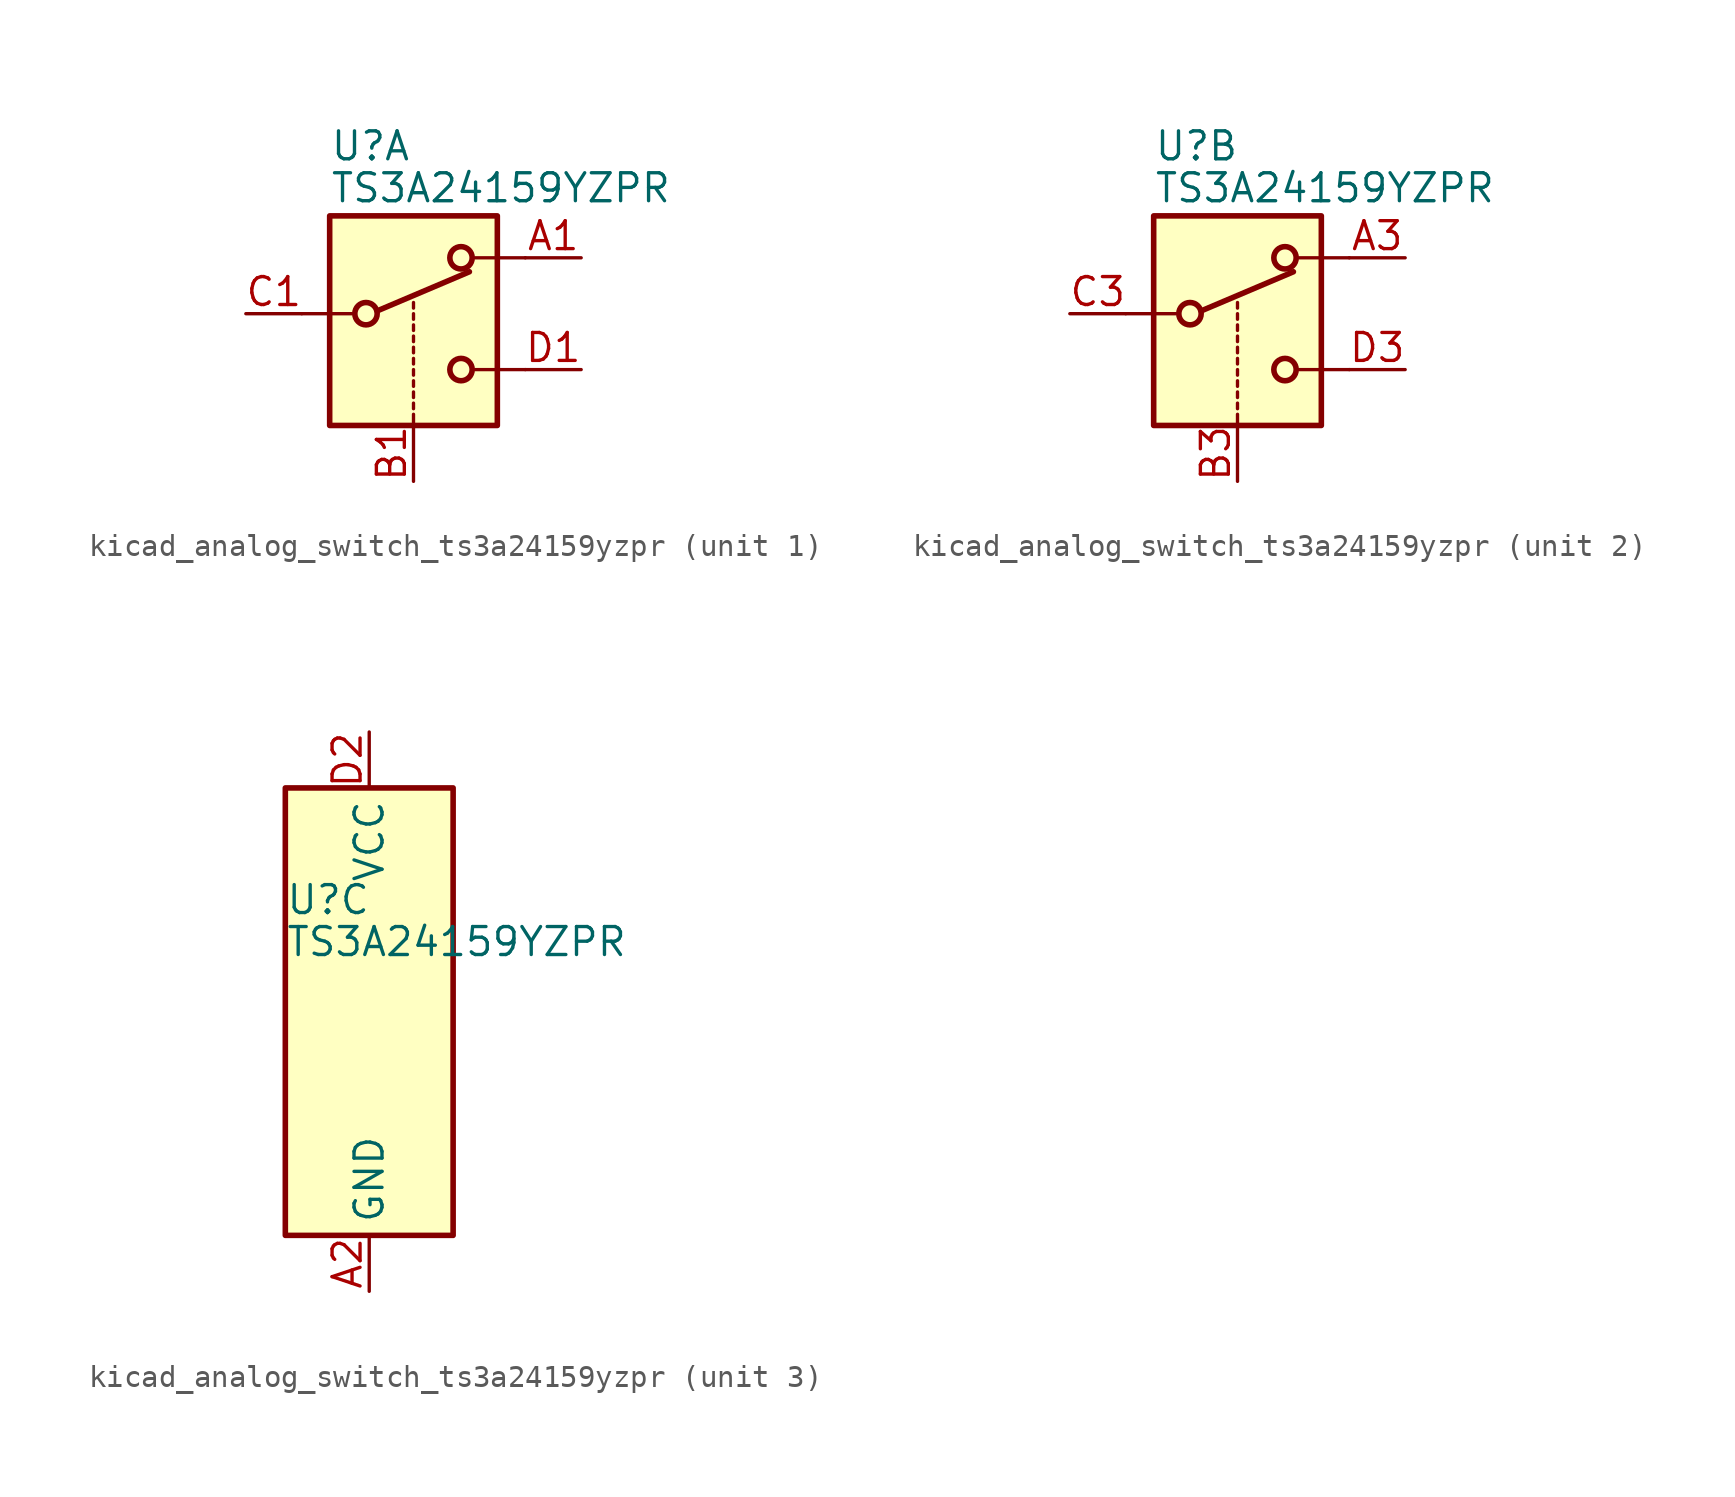
<source format=kicad_sym>
(kicad_symbol_lib
  (version 20220914)
  (generator kicad_symbol_editor)
  (symbol "kicad_analog_switch_ts3a24159yzpr"
    (property "Reference" "U"
      (at -3.81 5.08 0)
      (effects (font (size 1.27 1.27)) (justify left)))
    (property "Value" "TS3A24159YZPR"
      (at -3.81 3.175 0)
      (effects (font (size 1.27 1.27)) (justify left)))
    (property "ki_locked" ""
      (at 0 0 0)
      (effects (font (size 1.27 1.27))))
    (symbol "kicad_analog_switch_ts3a24159yzpr_1_1"
      (rectangle (start -3.81 1.905) (end 3.81 -7.62) (stroke (width 0.254) (type default)) (fill (type background)))
      (circle (center -2.159 -2.54) (radius 0.508) (stroke (width 0.254) (type default)) (fill (type none)))
      (polyline (pts (xy -5.08 -2.54) (xy -2.794 -2.54)) (stroke (width 0) (type default)) (fill (type none)))
      (polyline (pts (xy -1.651 -2.413) (xy 2.54 -0.635)) (stroke (width 0.254) (type default)) (fill (type none)))
      (polyline (pts (xy 0 -7.62) (xy 0 -7.112)) (stroke (width 0) (type default)) (fill (type none)))
      (polyline (pts (xy 0 -6.858) (xy 0 -6.604)) (stroke (width 0) (type default)) (fill (type none)))
      (polyline (pts (xy 0 -6.35) (xy 0 -6.096)) (stroke (width 0) (type default)) (fill (type none)))
      (polyline (pts (xy 0 -5.842) (xy 0 -5.588)) (stroke (width 0) (type default)) (fill (type none)))
      (polyline (pts (xy 0 -5.334) (xy 0 -5.08)) (stroke (width 0) (type default)) (fill (type none)))
      (polyline (pts (xy 0 -4.826) (xy 0 -4.572)) (stroke (width 0) (type default)) (fill (type none)))
      (polyline (pts (xy 0 -4.318) (xy 0 -4.064)) (stroke (width 0) (type default)) (fill (type none)))
      (polyline (pts (xy 0 -3.81) (xy 0 -3.556)) (stroke (width 0) (type default)) (fill (type none)))
      (polyline (pts (xy 0 -3.302) (xy 0 -3.048)) (stroke (width 0) (type default)) (fill (type none)))
      (polyline (pts (xy 0 -2.794) (xy 0 -2.54)) (stroke (width 0) (type default)) (fill (type none)))
      (polyline (pts (xy 0 -2.286) (xy 0 -2.032)) (stroke (width 0) (type default)) (fill (type none)))
      (polyline (pts (xy 5.08 -5.08) (xy 2.794 -5.08)) (stroke (width 0) (type default)) (fill (type none)))
      (polyline (pts (xy 5.08 0) (xy 2.794 0)) (stroke (width 0) (type default)) (fill (type none)))
      (circle (center 2.159 -5.08) (radius 0.508) (stroke (width 0.254) (type default)) (fill (type none)))
      (circle (center 2.159 0) (radius 0.508) (stroke (width 0.254) (type default)) (fill (type none)))
      (pin passive line (at 7.62 0 180) (length 2.54) (name "~" (effects (font (size 1.27 1.27)))) (number "A1" (effects (font (size 1.27 1.27)))))
      (pin input line (at 0 -10.16 90) (length 2.54) (name "~" (effects (font (size 1.27 1.27)))) (number "B1" (effects (font (size 1.27 1.27)))))
      (pin passive line (at -7.62 -2.54 0) (length 2.54) (name "~" (effects (font (size 1.27 1.27)))) (number "C1" (effects (font (size 1.27 1.27)))))
      (pin passive line (at 7.62 -5.08 180) (length 2.54) (name "~" (effects (font (size 1.27 1.27)))) (number "D1" (effects (font (size 1.27 1.27))))))
    (symbol "kicad_analog_switch_ts3a24159yzpr_2_1"
      (rectangle (start -3.81 1.905) (end 3.81 -7.62) (stroke (width 0.254) (type default)) (fill (type background)))
      (circle (center -2.159 -2.54) (radius 0.508) (stroke (width 0.254) (type default)) (fill (type none)))
      (polyline (pts (xy -5.08 -2.54) (xy -2.794 -2.54)) (stroke (width 0) (type default)) (fill (type none)))
      (polyline (pts (xy -1.651 -2.413) (xy 2.54 -0.635)) (stroke (width 0.254) (type default)) (fill (type none)))
      (polyline (pts (xy 0 -7.62) (xy 0 -7.112)) (stroke (width 0) (type default)) (fill (type none)))
      (polyline (pts (xy 0 -6.858) (xy 0 -6.604)) (stroke (width 0) (type default)) (fill (type none)))
      (polyline (pts (xy 0 -6.35) (xy 0 -6.096)) (stroke (width 0) (type default)) (fill (type none)))
      (polyline (pts (xy 0 -5.842) (xy 0 -5.588)) (stroke (width 0) (type default)) (fill (type none)))
      (polyline (pts (xy 0 -5.334) (xy 0 -5.08)) (stroke (width 0) (type default)) (fill (type none)))
      (polyline (pts (xy 0 -4.826) (xy 0 -4.572)) (stroke (width 0) (type default)) (fill (type none)))
      (polyline (pts (xy 0 -4.318) (xy 0 -4.064)) (stroke (width 0) (type default)) (fill (type none)))
      (polyline (pts (xy 0 -3.81) (xy 0 -3.556)) (stroke (width 0) (type default)) (fill (type none)))
      (polyline (pts (xy 0 -3.302) (xy 0 -3.048)) (stroke (width 0) (type default)) (fill (type none)))
      (polyline (pts (xy 0 -2.794) (xy 0 -2.54)) (stroke (width 0) (type default)) (fill (type none)))
      (polyline (pts (xy 0 -2.286) (xy 0 -2.032)) (stroke (width 0) (type default)) (fill (type none)))
      (polyline (pts (xy 5.08 -5.08) (xy 2.794 -5.08)) (stroke (width 0) (type default)) (fill (type none)))
      (polyline (pts (xy 5.08 0) (xy 2.794 0)) (stroke (width 0) (type default)) (fill (type none)))
      (circle (center 2.159 -5.08) (radius 0.508) (stroke (width 0.254) (type default)) (fill (type none)))
      (circle (center 2.159 0) (radius 0.508) (stroke (width 0.254) (type default)) (fill (type none)))
      (pin passive line (at 7.62 0 180) (length 2.54) (name "~" (effects (font (size 1.27 1.27)))) (number "A3" (effects (font (size 1.27 1.27)))))
      (pin input line (at 0 -10.16 90) (length 2.54) (name "~" (effects (font (size 1.27 1.27)))) (number "B3" (effects (font (size 1.27 1.27)))))
      (pin passive line (at -7.62 -2.54 0) (length 2.54) (name "~" (effects (font (size 1.27 1.27)))) (number "C3" (effects (font (size 1.27 1.27)))))
      (pin passive line (at 7.62 -5.08 180) (length 2.54) (name "~" (effects (font (size 1.27 1.27)))) (number "D3" (effects (font (size 1.27 1.27))))))
    (symbol "kicad_analog_switch_ts3a24159yzpr_3_1"
      (rectangle (start -3.81 10.16) (end 3.81 -10.16) (stroke (width 0.254) (type default)) (fill (type background)))
      (pin power_in line (at 0 -12.7 90) (length 2.54) (name "GND" (effects (font (size 1.27 1.27)))) (number "A2" (effects (font (size 1.27 1.27)))))
      (pin power_in line (at 0 12.7 270) (length 2.54) (name "VCC" (effects (font (size 1.27 1.27)))) (number "D2" (effects (font (size 1.27 1.27))))))))
</source>
